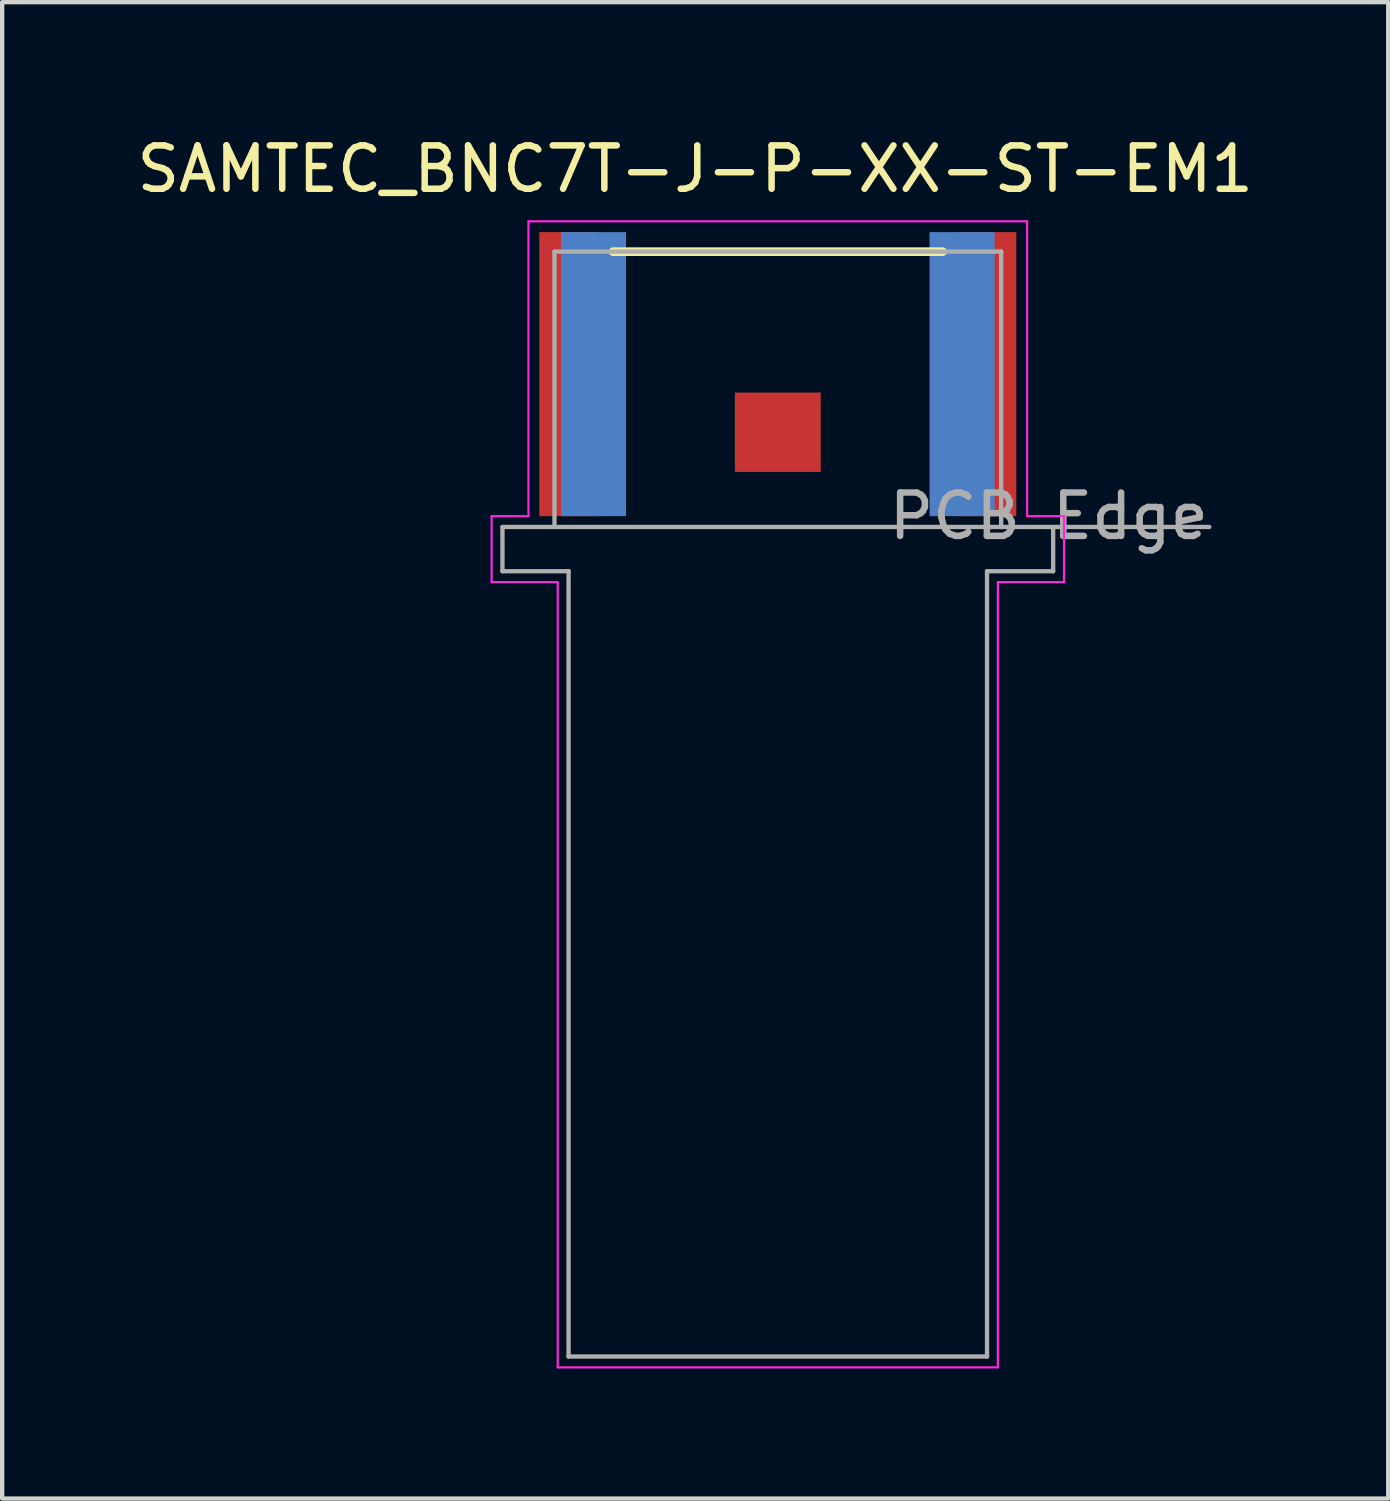
<source format=kicad_pcb>
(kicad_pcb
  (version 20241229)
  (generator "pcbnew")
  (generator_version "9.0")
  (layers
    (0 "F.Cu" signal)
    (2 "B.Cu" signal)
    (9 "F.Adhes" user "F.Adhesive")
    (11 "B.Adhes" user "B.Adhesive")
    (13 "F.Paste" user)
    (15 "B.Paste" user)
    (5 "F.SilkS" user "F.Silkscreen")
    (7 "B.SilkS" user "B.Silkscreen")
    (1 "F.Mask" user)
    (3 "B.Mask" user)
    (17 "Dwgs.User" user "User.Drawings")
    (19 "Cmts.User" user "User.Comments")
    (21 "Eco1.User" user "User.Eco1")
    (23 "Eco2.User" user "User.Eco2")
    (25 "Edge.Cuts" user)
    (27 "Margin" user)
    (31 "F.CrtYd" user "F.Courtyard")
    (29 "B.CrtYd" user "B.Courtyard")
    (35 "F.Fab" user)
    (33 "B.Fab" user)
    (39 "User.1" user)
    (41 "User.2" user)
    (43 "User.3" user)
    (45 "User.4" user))
  (footprint "SAMTEC_BNC7T-J-P-XX-ST-EM1"
    (layer "F.Cu")
    (at 14.887 9.103)
    (property "Reference" "SAMTEC_BNC7T-J-P-XX-ST-EM1" (at -1.905 -8.255 0) (layer "F.SilkS") (effects (font (size 1 1) (thickness 0.15))))
    (attr smd)
    (fp_line (start -3.8 -6.35) (end 3.8 -6.35) (stroke (width 0.2) (type solid)) (layer "F.SilkS"))
    (fp_line (start -6.6 -0.25) (end -5.75 -0.25) (stroke (width 0.05) (type solid)) (layer "F.CrtYd"))
    (fp_line (start -6.6 1.27) (end -6.6 -0.25) (stroke (width 0.05) (type solid)) (layer "F.CrtYd"))
    (fp_line (start -5.75 -7.05) (end 5.75 -7.05) (stroke (width 0.05) (type solid)) (layer "F.CrtYd"))
    (fp_line (start -5.75 -0.25) (end -5.75 -7.05) (stroke (width 0.05) (type solid)) (layer "F.CrtYd"))
    (fp_line (start -5.075 1.27) (end -6.6 1.27) (stroke (width 0.05) (type solid)) (layer "F.CrtYd"))
    (fp_line (start -5.075 19.38) (end -5.075 1.27) (stroke (width 0.05) (type solid)) (layer "F.CrtYd"))
    (fp_line (start 5.075 1.27) (end 5.075 19.38) (stroke (width 0.05) (type solid)) (layer "F.CrtYd"))
    (fp_line (start 5.075 19.38) (end -5.075 19.38) (stroke (width 0.05) (type solid)) (layer "F.CrtYd"))
    (fp_line (start 5.75 -7.05) (end 5.75 -0.25) (stroke (width 0.05) (type solid)) (layer "F.CrtYd"))
    (fp_line (start 5.75 -0.25) (end 6.6 -0.25) (stroke (width 0.05) (type solid)) (layer "F.CrtYd"))
    (fp_line (start 6.6 -0.25) (end 6.6 1.27) (stroke (width 0.05) (type solid)) (layer "F.CrtYd"))
    (fp_line (start 6.6 1.27) (end 5.075 1.27) (stroke (width 0.05) (type solid)) (layer "F.CrtYd"))
    (fp_line (start -6.35 0) (end -6.35 1.02) (stroke (width 0.1) (type solid)) (layer "F.Fab"))
    (fp_line (start -6.35 1.02) (end -4.825 1.02) (stroke (width 0.1) (type solid)) (layer "F.Fab"))
    (fp_line (start -5.15 -6.35) (end -5.15 0) (stroke (width 0.1) (type solid)) (layer "F.Fab"))
    (fp_line (start -5.15 0) (end -6.35 0) (stroke (width 0.1) (type solid)) (layer "F.Fab"))
    (fp_line (start -4.825 1.02) (end -4.825 19.13) (stroke (width 0.1) (type solid)) (layer "F.Fab"))
    (fp_line (start -4.825 19.13) (end 4.825 19.13) (stroke (width 0.1) (type solid)) (layer "F.Fab"))
    (fp_line (start 4.825 1.02) (end 4.825 19.13) (stroke (width 0.1) (type solid)) (layer "F.Fab"))
    (fp_line (start 5.15 -6.35) (end -5.15 -6.35) (stroke (width 0.1) (type solid)) (layer "F.Fab"))
    (fp_line (start 5.15 -6.35) (end 5.15 0) (stroke (width 0.1) (type solid)) (layer "F.Fab"))
    (fp_line (start 5.15 0) (end -5.15 0) (stroke (width 0.1) (type solid)) (layer "F.Fab"))
    (fp_line (start 6.35 0) (end 5.15 0) (stroke (width 0.1) (type solid)) (layer "F.Fab"))
    (fp_line (start 6.35 0) (end 9.95 0) (stroke (width 0.1) (type solid)) (layer "F.Fab"))
    (fp_line (start 6.35 1.02) (end 4.825 1.02) (stroke (width 0.1) (type solid)) (layer "F.Fab"))
    (fp_line (start 6.35 1.02) (end 6.35 0) (stroke (width 0.1) (type solid)) (layer "F.Fab"))
    (fp_text user "PCB Edge" (at 6.25 -0.25 0) (layer "F.Fab") (effects (font (size 1 1) (thickness 0.15))))
    (pad "1" smd rect (at 0 -2.185) (size 1.98 1.83) (layers "F.Cu" "F.Mask" "F.Paste"))
    (pad "S1" smd rect (at -4.825 -3.525) (size 1.35 6.55) (layers "F.Cu" "F.Mask" "F.Paste"))
    (pad "S2" smd rect (at 4.825 -3.525) (size 1.35 6.55) (layers "F.Cu" "F.Mask" "F.Paste"))
    (pad "S3" smd rect (at -4.25 -3.525) (size 1.5 6.55) (layers "B.Cu" "B.Mask" "B.Paste"))
    (pad "S4" smd rect (at 4.25 -3.525) (size 1.5 6.55) (layers "B.Cu" "B.Mask" "B.Paste")))
  (gr_rect
    (start -3 -3)
    (end 28.964 31.508)
    (stroke (width 0.1) (type default))
    (fill no)
    (layer "Edge.Cuts")))
</source>
